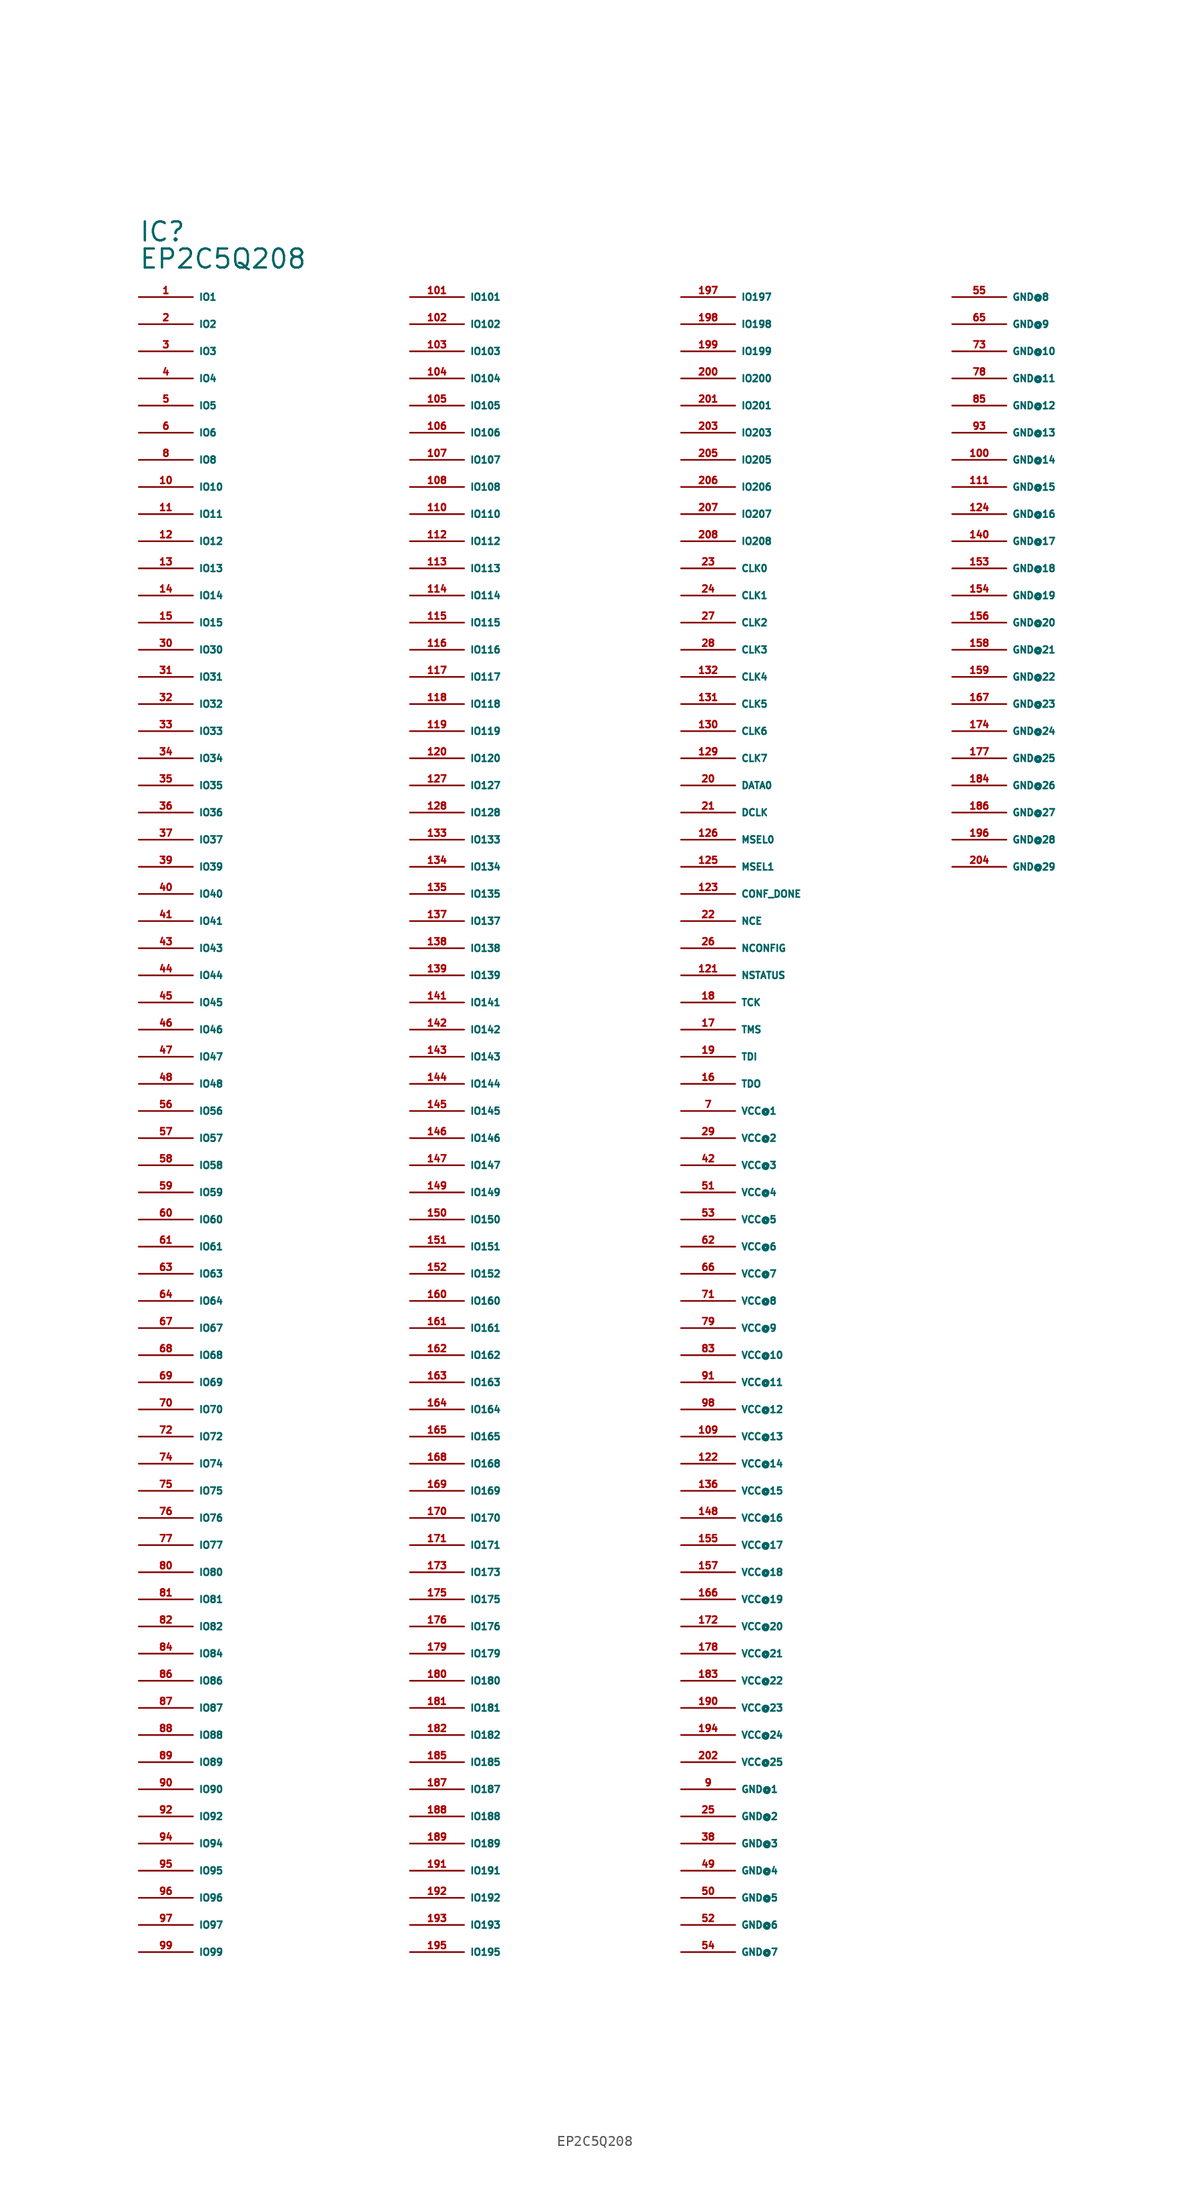
<source format=kicad_sym>
(kicad_symbol_lib
  (version 20220914)
  (generator Eagle2Kicad)
  (symbol "EP2C5Q208"
    (property "Reference" "IC"
      (at -30.48 86.36 0)
      (effects (font (size 1.778 1.778) (thickness 0.22)) (justify left bottom)))
    (property "Value" "EP2C5Q208"
      (at -30.48 83.82 0)
      (effects (font (size 1.778 1.778) (thickness 0.22)) (justify left bottom)))
    (pin output line
      (at -30.48 81.28 0)
      (length 5.08)
      (name "IO1" (effects (font (size 0.635 0.635) (thickness 0.08)) (justify left bottom)))
      (number "1" (effects (font (size 0.635 0.635) (thickness 0.08)) (justify left bottom))))
    (pin output line
      (at -30.48 78.74 0)
      (length 5.08)
      (name "IO2" (effects (font (size 0.635 0.635) (thickness 0.08)) (justify left bottom)))
      (number "2" (effects (font (size 0.635 0.635) (thickness 0.08)) (justify left bottom))))
    (pin bidirectional line
      (at -30.48 76.2 0)
      (length 5.08)
      (name "IO3" (effects (font (size 0.635 0.635) (thickness 0.08)) (justify left bottom)))
      (number "3" (effects (font (size 0.635 0.635) (thickness 0.08)) (justify left bottom))))
    (pin bidirectional line
      (at -30.48 73.66 0)
      (length 5.08)
      (name "IO4" (effects (font (size 0.635 0.635) (thickness 0.08)) (justify left bottom)))
      (number "4" (effects (font (size 0.635 0.635) (thickness 0.08)) (justify left bottom))))
    (pin bidirectional line
      (at -30.48 71.12 0)
      (length 5.08)
      (name "IO5" (effects (font (size 0.635 0.635) (thickness 0.08)) (justify left bottom)))
      (number "5" (effects (font (size 0.635 0.635) (thickness 0.08)) (justify left bottom))))
    (pin bidirectional line
      (at -30.48 68.58 0)
      (length 5.08)
      (name "IO6" (effects (font (size 0.635 0.635) (thickness 0.08)) (justify left bottom)))
      (number "6" (effects (font (size 0.635 0.635) (thickness 0.08)) (justify left bottom))))
    (pin bidirectional line
      (at -30.48 66.04 0)
      (length 5.08)
      (name "IO8" (effects (font (size 0.635 0.635) (thickness 0.08)) (justify left bottom)))
      (number "8" (effects (font (size 0.635 0.635) (thickness 0.08)) (justify left bottom))))
    (pin bidirectional line
      (at -30.48 63.5 0)
      (length 5.08)
      (name "IO10" (effects (font (size 0.635 0.635) (thickness 0.08)) (justify left bottom)))
      (number "10" (effects (font (size 0.635 0.635) (thickness 0.08)) (justify left bottom))))
    (pin bidirectional line
      (at -30.48 60.96 0)
      (length 5.08)
      (name "IO11" (effects (font (size 0.635 0.635) (thickness 0.08)) (justify left bottom)))
      (number "11" (effects (font (size 0.635 0.635) (thickness 0.08)) (justify left bottom))))
    (pin bidirectional line
      (at -30.48 58.42 0)
      (length 5.08)
      (name "IO12" (effects (font (size 0.635 0.635) (thickness 0.08)) (justify left bottom)))
      (number "12" (effects (font (size 0.635 0.635) (thickness 0.08)) (justify left bottom))))
    (pin bidirectional line
      (at -30.48 55.88 0)
      (length 5.08)
      (name "IO13" (effects (font (size 0.635 0.635) (thickness 0.08)) (justify left bottom)))
      (number "13" (effects (font (size 0.635 0.635) (thickness 0.08)) (justify left bottom))))
    (pin bidirectional line
      (at -30.48 53.34 0)
      (length 5.08)
      (name "IO14" (effects (font (size 0.635 0.635) (thickness 0.08)) (justify left bottom)))
      (number "14" (effects (font (size 0.635 0.635) (thickness 0.08)) (justify left bottom))))
    (pin bidirectional line
      (at -30.48 50.8 0)
      (length 5.08)
      (name "IO15" (effects (font (size 0.635 0.635) (thickness 0.08)) (justify left bottom)))
      (number "15" (effects (font (size 0.635 0.635) (thickness 0.08)) (justify left bottom))))
    (pin bidirectional line
      (at -30.48 48.26 0)
      (length 5.08)
      (name "IO30" (effects (font (size 0.635 0.635) (thickness 0.08)) (justify left bottom)))
      (number "30" (effects (font (size 0.635 0.635) (thickness 0.08)) (justify left bottom))))
    (pin bidirectional line
      (at -30.48 45.72 0)
      (length 5.08)
      (name "IO31" (effects (font (size 0.635 0.635) (thickness 0.08)) (justify left bottom)))
      (number "31" (effects (font (size 0.635 0.635) (thickness 0.08)) (justify left bottom))))
    (pin bidirectional line
      (at -30.48 43.18 0)
      (length 5.08)
      (name "IO32" (effects (font (size 0.635 0.635) (thickness 0.08)) (justify left bottom)))
      (number "32" (effects (font (size 0.635 0.635) (thickness 0.08)) (justify left bottom))))
    (pin bidirectional line
      (at -30.48 40.64 0)
      (length 5.08)
      (name "IO33" (effects (font (size 0.635 0.635) (thickness 0.08)) (justify left bottom)))
      (number "33" (effects (font (size 0.635 0.635) (thickness 0.08)) (justify left bottom))))
    (pin bidirectional line
      (at -30.48 38.1 0)
      (length 5.08)
      (name "IO34" (effects (font (size 0.635 0.635) (thickness 0.08)) (justify left bottom)))
      (number "34" (effects (font (size 0.635 0.635) (thickness 0.08)) (justify left bottom))))
    (pin bidirectional line
      (at -30.48 35.56 0)
      (length 5.08)
      (name "IO35" (effects (font (size 0.635 0.635) (thickness 0.08)) (justify left bottom)))
      (number "35" (effects (font (size 0.635 0.635) (thickness 0.08)) (justify left bottom))))
    (pin bidirectional line
      (at -30.48 33.02 0)
      (length 5.08)
      (name "IO36" (effects (font (size 0.635 0.635) (thickness 0.08)) (justify left bottom)))
      (number "36" (effects (font (size 0.635 0.635) (thickness 0.08)) (justify left bottom))))
    (pin bidirectional line
      (at -30.48 30.48 0)
      (length 5.08)
      (name "IO37" (effects (font (size 0.635 0.635) (thickness 0.08)) (justify left bottom)))
      (number "37" (effects (font (size 0.635 0.635) (thickness 0.08)) (justify left bottom))))
    (pin bidirectional line
      (at -30.48 27.94 0)
      (length 5.08)
      (name "IO39" (effects (font (size 0.635 0.635) (thickness 0.08)) (justify left bottom)))
      (number "39" (effects (font (size 0.635 0.635) (thickness 0.08)) (justify left bottom))))
    (pin bidirectional line
      (at -30.48 25.4 0)
      (length 5.08)
      (name "IO40" (effects (font (size 0.635 0.635) (thickness 0.08)) (justify left bottom)))
      (number "40" (effects (font (size 0.635 0.635) (thickness 0.08)) (justify left bottom))))
    (pin bidirectional line
      (at -30.48 22.86 0)
      (length 5.08)
      (name "IO41" (effects (font (size 0.635 0.635) (thickness 0.08)) (justify left bottom)))
      (number "41" (effects (font (size 0.635 0.635) (thickness 0.08)) (justify left bottom))))
    (pin bidirectional line
      (at -30.48 20.32 0)
      (length 5.08)
      (name "IO43" (effects (font (size 0.635 0.635) (thickness 0.08)) (justify left bottom)))
      (number "43" (effects (font (size 0.635 0.635) (thickness 0.08)) (justify left bottom))))
    (pin bidirectional line
      (at -30.48 17.78 0)
      (length 5.08)
      (name "IO44" (effects (font (size 0.635 0.635) (thickness 0.08)) (justify left bottom)))
      (number "44" (effects (font (size 0.635 0.635) (thickness 0.08)) (justify left bottom))))
    (pin bidirectional line
      (at -30.48 15.24 0)
      (length 5.08)
      (name "IO45" (effects (font (size 0.635 0.635) (thickness 0.08)) (justify left bottom)))
      (number "45" (effects (font (size 0.635 0.635) (thickness 0.08)) (justify left bottom))))
    (pin bidirectional line
      (at -30.48 12.7 0)
      (length 5.08)
      (name "IO46" (effects (font (size 0.635 0.635) (thickness 0.08)) (justify left bottom)))
      (number "46" (effects (font (size 0.635 0.635) (thickness 0.08)) (justify left bottom))))
    (pin bidirectional line
      (at -30.48 10.16 0)
      (length 5.08)
      (name "IO47" (effects (font (size 0.635 0.635) (thickness 0.08)) (justify left bottom)))
      (number "47" (effects (font (size 0.635 0.635) (thickness 0.08)) (justify left bottom))))
    (pin bidirectional line
      (at -30.48 7.62 0)
      (length 5.08)
      (name "IO48" (effects (font (size 0.635 0.635) (thickness 0.08)) (justify left bottom)))
      (number "48" (effects (font (size 0.635 0.635) (thickness 0.08)) (justify left bottom))))
    (pin bidirectional line
      (at -30.48 5.08 0)
      (length 5.08)
      (name "IO56" (effects (font (size 0.635 0.635) (thickness 0.08)) (justify left bottom)))
      (number "56" (effects (font (size 0.635 0.635) (thickness 0.08)) (justify left bottom))))
    (pin bidirectional line
      (at -30.48 2.54 0)
      (length 5.08)
      (name "IO57" (effects (font (size 0.635 0.635) (thickness 0.08)) (justify left bottom)))
      (number "57" (effects (font (size 0.635 0.635) (thickness 0.08)) (justify left bottom))))
    (pin bidirectional line
      (at -30.48 0 0)
      (length 5.08)
      (name "IO58" (effects (font (size 0.635 0.635) (thickness 0.08)) (justify left bottom)))
      (number "58" (effects (font (size 0.635 0.635) (thickness 0.08)) (justify left bottom))))
    (pin bidirectional line
      (at -30.48 -2.54 0)
      (length 5.08)
      (name "IO59" (effects (font (size 0.635 0.635) (thickness 0.08)) (justify left bottom)))
      (number "59" (effects (font (size 0.635 0.635) (thickness 0.08)) (justify left bottom))))
    (pin bidirectional line
      (at -30.48 -5.08 0)
      (length 5.08)
      (name "IO60" (effects (font (size 0.635 0.635) (thickness 0.08)) (justify left bottom)))
      (number "60" (effects (font (size 0.635 0.635) (thickness 0.08)) (justify left bottom))))
    (pin bidirectional line
      (at -30.48 -7.62 0)
      (length 5.08)
      (name "IO61" (effects (font (size 0.635 0.635) (thickness 0.08)) (justify left bottom)))
      (number "61" (effects (font (size 0.635 0.635) (thickness 0.08)) (justify left bottom))))
    (pin bidirectional line
      (at -30.48 -10.16 0)
      (length 5.08)
      (name "IO63" (effects (font (size 0.635 0.635) (thickness 0.08)) (justify left bottom)))
      (number "63" (effects (font (size 0.635 0.635) (thickness 0.08)) (justify left bottom))))
    (pin bidirectional line
      (at -30.48 -12.7 0)
      (length 5.08)
      (name "IO64" (effects (font (size 0.635 0.635) (thickness 0.08)) (justify left bottom)))
      (number "64" (effects (font (size 0.635 0.635) (thickness 0.08)) (justify left bottom))))
    (pin bidirectional line
      (at -30.48 -15.24 0)
      (length 5.08)
      (name "IO67" (effects (font (size 0.635 0.635) (thickness 0.08)) (justify left bottom)))
      (number "67" (effects (font (size 0.635 0.635) (thickness 0.08)) (justify left bottom))))
    (pin bidirectional line
      (at -30.48 -17.78 0)
      (length 5.08)
      (name "IO68" (effects (font (size 0.635 0.635) (thickness 0.08)) (justify left bottom)))
      (number "68" (effects (font (size 0.635 0.635) (thickness 0.08)) (justify left bottom))))
    (pin bidirectional line
      (at -30.48 -20.32 0)
      (length 5.08)
      (name "IO69" (effects (font (size 0.635 0.635) (thickness 0.08)) (justify left bottom)))
      (number "69" (effects (font (size 0.635 0.635) (thickness 0.08)) (justify left bottom))))
    (pin bidirectional line
      (at -30.48 -22.86 0)
      (length 5.08)
      (name "IO70" (effects (font (size 0.635 0.635) (thickness 0.08)) (justify left bottom)))
      (number "70" (effects (font (size 0.635 0.635) (thickness 0.08)) (justify left bottom))))
    (pin bidirectional line
      (at -30.48 -25.4 0)
      (length 5.08)
      (name "IO72" (effects (font (size 0.635 0.635) (thickness 0.08)) (justify left bottom)))
      (number "72" (effects (font (size 0.635 0.635) (thickness 0.08)) (justify left bottom))))
    (pin bidirectional line
      (at -30.48 -27.94 0)
      (length 5.08)
      (name "IO74" (effects (font (size 0.635 0.635) (thickness 0.08)) (justify left bottom)))
      (number "74" (effects (font (size 0.635 0.635) (thickness 0.08)) (justify left bottom))))
    (pin bidirectional line
      (at -30.48 -30.48 0)
      (length 5.08)
      (name "IO75" (effects (font (size 0.635 0.635) (thickness 0.08)) (justify left bottom)))
      (number "75" (effects (font (size 0.635 0.635) (thickness 0.08)) (justify left bottom))))
    (pin bidirectional line
      (at -30.48 -33.02 0)
      (length 5.08)
      (name "IO76" (effects (font (size 0.635 0.635) (thickness 0.08)) (justify left bottom)))
      (number "76" (effects (font (size 0.635 0.635) (thickness 0.08)) (justify left bottom))))
    (pin bidirectional line
      (at -30.48 -35.56 0)
      (length 5.08)
      (name "IO77" (effects (font (size 0.635 0.635) (thickness 0.08)) (justify left bottom)))
      (number "77" (effects (font (size 0.635 0.635) (thickness 0.08)) (justify left bottom))))
    (pin bidirectional line
      (at -30.48 -38.1 0)
      (length 5.08)
      (name "IO80" (effects (font (size 0.635 0.635) (thickness 0.08)) (justify left bottom)))
      (number "80" (effects (font (size 0.635 0.635) (thickness 0.08)) (justify left bottom))))
    (pin bidirectional line
      (at -30.48 -40.64 0)
      (length 5.08)
      (name "IO81" (effects (font (size 0.635 0.635) (thickness 0.08)) (justify left bottom)))
      (number "81" (effects (font (size 0.635 0.635) (thickness 0.08)) (justify left bottom))))
    (pin bidirectional line
      (at -30.48 -43.18 0)
      (length 5.08)
      (name "IO82" (effects (font (size 0.635 0.635) (thickness 0.08)) (justify left bottom)))
      (number "82" (effects (font (size 0.635 0.635) (thickness 0.08)) (justify left bottom))))
    (pin bidirectional line
      (at -30.48 -45.72 0)
      (length 5.08)
      (name "IO84" (effects (font (size 0.635 0.635) (thickness 0.08)) (justify left bottom)))
      (number "84" (effects (font (size 0.635 0.635) (thickness 0.08)) (justify left bottom))))
    (pin bidirectional line
      (at -30.48 -48.26 0)
      (length 5.08)
      (name "IO86" (effects (font (size 0.635 0.635) (thickness 0.08)) (justify left bottom)))
      (number "86" (effects (font (size 0.635 0.635) (thickness 0.08)) (justify left bottom))))
    (pin bidirectional line
      (at -30.48 -50.8 0)
      (length 5.08)
      (name "IO87" (effects (font (size 0.635 0.635) (thickness 0.08)) (justify left bottom)))
      (number "87" (effects (font (size 0.635 0.635) (thickness 0.08)) (justify left bottom))))
    (pin bidirectional line
      (at -30.48 -53.34 0)
      (length 5.08)
      (name "IO88" (effects (font (size 0.635 0.635) (thickness 0.08)) (justify left bottom)))
      (number "88" (effects (font (size 0.635 0.635) (thickness 0.08)) (justify left bottom))))
    (pin bidirectional line
      (at -30.48 -55.88 0)
      (length 5.08)
      (name "IO89" (effects (font (size 0.635 0.635) (thickness 0.08)) (justify left bottom)))
      (number "89" (effects (font (size 0.635 0.635) (thickness 0.08)) (justify left bottom))))
    (pin bidirectional line
      (at -30.48 -58.42 0)
      (length 5.08)
      (name "IO90" (effects (font (size 0.635 0.635) (thickness 0.08)) (justify left bottom)))
      (number "90" (effects (font (size 0.635 0.635) (thickness 0.08)) (justify left bottom))))
    (pin bidirectional line
      (at -30.48 -60.96 0)
      (length 5.08)
      (name "IO92" (effects (font (size 0.635 0.635) (thickness 0.08)) (justify left bottom)))
      (number "92" (effects (font (size 0.635 0.635) (thickness 0.08)) (justify left bottom))))
    (pin bidirectional line
      (at -30.48 -63.5 0)
      (length 5.08)
      (name "IO94" (effects (font (size 0.635 0.635) (thickness 0.08)) (justify left bottom)))
      (number "94" (effects (font (size 0.635 0.635) (thickness 0.08)) (justify left bottom))))
    (pin bidirectional line
      (at -30.48 -66.04 0)
      (length 5.08)
      (name "IO95" (effects (font (size 0.635 0.635) (thickness 0.08)) (justify left bottom)))
      (number "95" (effects (font (size 0.635 0.635) (thickness 0.08)) (justify left bottom))))
    (pin bidirectional line
      (at -30.48 -68.58 0)
      (length 5.08)
      (name "IO96" (effects (font (size 0.635 0.635) (thickness 0.08)) (justify left bottom)))
      (number "96" (effects (font (size 0.635 0.635) (thickness 0.08)) (justify left bottom))))
    (pin bidirectional line
      (at -30.48 -71.12 0)
      (length 5.08)
      (name "IO97" (effects (font (size 0.635 0.635) (thickness 0.08)) (justify left bottom)))
      (number "97" (effects (font (size 0.635 0.635) (thickness 0.08)) (justify left bottom))))
    (pin bidirectional line
      (at -30.48 -73.66 0)
      (length 5.08)
      (name "IO99" (effects (font (size 0.635 0.635) (thickness 0.08)) (justify left bottom)))
      (number "99" (effects (font (size 0.635 0.635) (thickness 0.08)) (justify left bottom))))
    (pin bidirectional line
      (at -5.08 81.28 0)
      (length 5.08)
      (name "IO101" (effects (font (size 0.635 0.635) (thickness 0.08)) (justify left bottom)))
      (number "101" (effects (font (size 0.635 0.635) (thickness 0.08)) (justify left bottom))))
    (pin bidirectional line
      (at -5.08 78.74 0)
      (length 5.08)
      (name "IO102" (effects (font (size 0.635 0.635) (thickness 0.08)) (justify left bottom)))
      (number "102" (effects (font (size 0.635 0.635) (thickness 0.08)) (justify left bottom))))
    (pin bidirectional line
      (at -5.08 76.2 0)
      (length 5.08)
      (name "IO103" (effects (font (size 0.635 0.635) (thickness 0.08)) (justify left bottom)))
      (number "103" (effects (font (size 0.635 0.635) (thickness 0.08)) (justify left bottom))))
    (pin bidirectional line
      (at -5.08 73.66 0)
      (length 5.08)
      (name "IO104" (effects (font (size 0.635 0.635) (thickness 0.08)) (justify left bottom)))
      (number "104" (effects (font (size 0.635 0.635) (thickness 0.08)) (justify left bottom))))
    (pin bidirectional line
      (at -5.08 71.12 0)
      (length 5.08)
      (name "IO105" (effects (font (size 0.635 0.635) (thickness 0.08)) (justify left bottom)))
      (number "105" (effects (font (size 0.635 0.635) (thickness 0.08)) (justify left bottom))))
    (pin bidirectional line
      (at -5.08 68.58 0)
      (length 5.08)
      (name "IO106" (effects (font (size 0.635 0.635) (thickness 0.08)) (justify left bottom)))
      (number "106" (effects (font (size 0.635 0.635) (thickness 0.08)) (justify left bottom))))
    (pin bidirectional line
      (at -5.08 66.04 0)
      (length 5.08)
      (name "IO107" (effects (font (size 0.635 0.635) (thickness 0.08)) (justify left bottom)))
      (number "107" (effects (font (size 0.635 0.635) (thickness 0.08)) (justify left bottom))))
    (pin bidirectional line
      (at -5.08 63.5 0)
      (length 5.08)
      (name "IO108" (effects (font (size 0.635 0.635) (thickness 0.08)) (justify left bottom)))
      (number "108" (effects (font (size 0.635 0.635) (thickness 0.08)) (justify left bottom))))
    (pin bidirectional line
      (at -5.08 60.96 0)
      (length 5.08)
      (name "IO110" (effects (font (size 0.635 0.635) (thickness 0.08)) (justify left bottom)))
      (number "110" (effects (font (size 0.635 0.635) (thickness 0.08)) (justify left bottom))))
    (pin bidirectional line
      (at -5.08 58.42 0)
      (length 5.08)
      (name "IO112" (effects (font (size 0.635 0.635) (thickness 0.08)) (justify left bottom)))
      (number "112" (effects (font (size 0.635 0.635) (thickness 0.08)) (justify left bottom))))
    (pin bidirectional line
      (at -5.08 55.88 0)
      (length 5.08)
      (name "IO113" (effects (font (size 0.635 0.635) (thickness 0.08)) (justify left bottom)))
      (number "113" (effects (font (size 0.635 0.635) (thickness 0.08)) (justify left bottom))))
    (pin bidirectional line
      (at -5.08 53.34 0)
      (length 5.08)
      (name "IO114" (effects (font (size 0.635 0.635) (thickness 0.08)) (justify left bottom)))
      (number "114" (effects (font (size 0.635 0.635) (thickness 0.08)) (justify left bottom))))
    (pin bidirectional line
      (at -5.08 50.8 0)
      (length 5.08)
      (name "IO115" (effects (font (size 0.635 0.635) (thickness 0.08)) (justify left bottom)))
      (number "115" (effects (font (size 0.635 0.635) (thickness 0.08)) (justify left bottom))))
    (pin bidirectional line
      (at -5.08 48.26 0)
      (length 5.08)
      (name "IO116" (effects (font (size 0.635 0.635) (thickness 0.08)) (justify left bottom)))
      (number "116" (effects (font (size 0.635 0.635) (thickness 0.08)) (justify left bottom))))
    (pin bidirectional line
      (at -5.08 45.72 0)
      (length 5.08)
      (name "IO117" (effects (font (size 0.635 0.635) (thickness 0.08)) (justify left bottom)))
      (number "117" (effects (font (size 0.635 0.635) (thickness 0.08)) (justify left bottom))))
    (pin bidirectional line
      (at -5.08 43.18 0)
      (length 5.08)
      (name "IO118" (effects (font (size 0.635 0.635) (thickness 0.08)) (justify left bottom)))
      (number "118" (effects (font (size 0.635 0.635) (thickness 0.08)) (justify left bottom))))
    (pin bidirectional line
      (at -5.08 40.64 0)
      (length 5.08)
      (name "IO119" (effects (font (size 0.635 0.635) (thickness 0.08)) (justify left bottom)))
      (number "119" (effects (font (size 0.635 0.635) (thickness 0.08)) (justify left bottom))))
    (pin bidirectional line
      (at -5.08 38.1 0)
      (length 5.08)
      (name "IO120" (effects (font (size 0.635 0.635) (thickness 0.08)) (justify left bottom)))
      (number "120" (effects (font (size 0.635 0.635) (thickness 0.08)) (justify left bottom))))
    (pin bidirectional line
      (at -5.08 35.56 0)
      (length 5.08)
      (name "IO127" (effects (font (size 0.635 0.635) (thickness 0.08)) (justify left bottom)))
      (number "127" (effects (font (size 0.635 0.635) (thickness 0.08)) (justify left bottom))))
    (pin bidirectional line
      (at -5.08 33.02 0)
      (length 5.08)
      (name "IO128" (effects (font (size 0.635 0.635) (thickness 0.08)) (justify left bottom)))
      (number "128" (effects (font (size 0.635 0.635) (thickness 0.08)) (justify left bottom))))
    (pin bidirectional line
      (at -5.08 30.48 0)
      (length 5.08)
      (name "IO133" (effects (font (size 0.635 0.635) (thickness 0.08)) (justify left bottom)))
      (number "133" (effects (font (size 0.635 0.635) (thickness 0.08)) (justify left bottom))))
    (pin bidirectional line
      (at -5.08 27.94 0)
      (length 5.08)
      (name "IO134" (effects (font (size 0.635 0.635) (thickness 0.08)) (justify left bottom)))
      (number "134" (effects (font (size 0.635 0.635) (thickness 0.08)) (justify left bottom))))
    (pin bidirectional line
      (at -5.08 25.4 0)
      (length 5.08)
      (name "IO135" (effects (font (size 0.635 0.635) (thickness 0.08)) (justify left bottom)))
      (number "135" (effects (font (size 0.635 0.635) (thickness 0.08)) (justify left bottom))))
    (pin bidirectional line
      (at -5.08 22.86 0)
      (length 5.08)
      (name "IO137" (effects (font (size 0.635 0.635) (thickness 0.08)) (justify left bottom)))
      (number "137" (effects (font (size 0.635 0.635) (thickness 0.08)) (justify left bottom))))
    (pin bidirectional line
      (at -5.08 20.32 0)
      (length 5.08)
      (name "IO138" (effects (font (size 0.635 0.635) (thickness 0.08)) (justify left bottom)))
      (number "138" (effects (font (size 0.635 0.635) (thickness 0.08)) (justify left bottom))))
    (pin bidirectional line
      (at -5.08 17.78 0)
      (length 5.08)
      (name "IO139" (effects (font (size 0.635 0.635) (thickness 0.08)) (justify left bottom)))
      (number "139" (effects (font (size 0.635 0.635) (thickness 0.08)) (justify left bottom))))
    (pin bidirectional line
      (at -5.08 15.24 0)
      (length 5.08)
      (name "IO141" (effects (font (size 0.635 0.635) (thickness 0.08)) (justify left bottom)))
      (number "141" (effects (font (size 0.635 0.635) (thickness 0.08)) (justify left bottom))))
    (pin bidirectional line
      (at -5.08 12.7 0)
      (length 5.08)
      (name "IO142" (effects (font (size 0.635 0.635) (thickness 0.08)) (justify left bottom)))
      (number "142" (effects (font (size 0.635 0.635) (thickness 0.08)) (justify left bottom))))
    (pin bidirectional line
      (at -5.08 10.16 0)
      (length 5.08)
      (name "IO143" (effects (font (size 0.635 0.635) (thickness 0.08)) (justify left bottom)))
      (number "143" (effects (font (size 0.635 0.635) (thickness 0.08)) (justify left bottom))))
    (pin bidirectional line
      (at -5.08 7.62 0)
      (length 5.08)
      (name "IO144" (effects (font (size 0.635 0.635) (thickness 0.08)) (justify left bottom)))
      (number "144" (effects (font (size 0.635 0.635) (thickness 0.08)) (justify left bottom))))
    (pin bidirectional line
      (at -5.08 5.08 0)
      (length 5.08)
      (name "IO145" (effects (font (size 0.635 0.635) (thickness 0.08)) (justify left bottom)))
      (number "145" (effects (font (size 0.635 0.635) (thickness 0.08)) (justify left bottom))))
    (pin bidirectional line
      (at -5.08 2.54 0)
      (length 5.08)
      (name "IO146" (effects (font (size 0.635 0.635) (thickness 0.08)) (justify left bottom)))
      (number "146" (effects (font (size 0.635 0.635) (thickness 0.08)) (justify left bottom))))
    (pin bidirectional line
      (at -5.08 0 0)
      (length 5.08)
      (name "IO147" (effects (font (size 0.635 0.635) (thickness 0.08)) (justify left bottom)))
      (number "147" (effects (font (size 0.635 0.635) (thickness 0.08)) (justify left bottom))))
    (pin bidirectional line
      (at -5.08 -2.54 0)
      (length 5.08)
      (name "IO149" (effects (font (size 0.635 0.635) (thickness 0.08)) (justify left bottom)))
      (number "149" (effects (font (size 0.635 0.635) (thickness 0.08)) (justify left bottom))))
    (pin bidirectional line
      (at -5.08 -5.08 0)
      (length 5.08)
      (name "IO150" (effects (font (size 0.635 0.635) (thickness 0.08)) (justify left bottom)))
      (number "150" (effects (font (size 0.635 0.635) (thickness 0.08)) (justify left bottom))))
    (pin bidirectional line
      (at -5.08 -7.62 0)
      (length 5.08)
      (name "IO151" (effects (font (size 0.635 0.635) (thickness 0.08)) (justify left bottom)))
      (number "151" (effects (font (size 0.635 0.635) (thickness 0.08)) (justify left bottom))))
    (pin bidirectional line
      (at -5.08 -10.16 0)
      (length 5.08)
      (name "IO152" (effects (font (size 0.635 0.635) (thickness 0.08)) (justify left bottom)))
      (number "152" (effects (font (size 0.635 0.635) (thickness 0.08)) (justify left bottom))))
    (pin bidirectional line
      (at -5.08 -12.7 0)
      (length 5.08)
      (name "IO160" (effects (font (size 0.635 0.635) (thickness 0.08)) (justify left bottom)))
      (number "160" (effects (font (size 0.635 0.635) (thickness 0.08)) (justify left bottom))))
    (pin bidirectional line
      (at -5.08 -15.24 0)
      (length 5.08)
      (name "IO161" (effects (font (size 0.635 0.635) (thickness 0.08)) (justify left bottom)))
      (number "161" (effects (font (size 0.635 0.635) (thickness 0.08)) (justify left bottom))))
    (pin bidirectional line
      (at -5.08 -17.78 0)
      (length 5.08)
      (name "IO162" (effects (font (size 0.635 0.635) (thickness 0.08)) (justify left bottom)))
      (number "162" (effects (font (size 0.635 0.635) (thickness 0.08)) (justify left bottom))))
    (pin bidirectional line
      (at -5.08 -20.32 0)
      (length 5.08)
      (name "IO163" (effects (font (size 0.635 0.635) (thickness 0.08)) (justify left bottom)))
      (number "163" (effects (font (size 0.635 0.635) (thickness 0.08)) (justify left bottom))))
    (pin bidirectional line
      (at -5.08 -22.86 0)
      (length 5.08)
      (name "IO164" (effects (font (size 0.635 0.635) (thickness 0.08)) (justify left bottom)))
      (number "164" (effects (font (size 0.635 0.635) (thickness 0.08)) (justify left bottom))))
    (pin bidirectional line
      (at -5.08 -25.4 0)
      (length 5.08)
      (name "IO165" (effects (font (size 0.635 0.635) (thickness 0.08)) (justify left bottom)))
      (number "165" (effects (font (size 0.635 0.635) (thickness 0.08)) (justify left bottom))))
    (pin bidirectional line
      (at -5.08 -27.94 0)
      (length 5.08)
      (name "IO168" (effects (font (size 0.635 0.635) (thickness 0.08)) (justify left bottom)))
      (number "168" (effects (font (size 0.635 0.635) (thickness 0.08)) (justify left bottom))))
    (pin bidirectional line
      (at -5.08 -30.48 0)
      (length 5.08)
      (name "IO169" (effects (font (size 0.635 0.635) (thickness 0.08)) (justify left bottom)))
      (number "169" (effects (font (size 0.635 0.635) (thickness 0.08)) (justify left bottom))))
    (pin bidirectional line
      (at -5.08 -33.02 0)
      (length 5.08)
      (name "IO170" (effects (font (size 0.635 0.635) (thickness 0.08)) (justify left bottom)))
      (number "170" (effects (font (size 0.635 0.635) (thickness 0.08)) (justify left bottom))))
    (pin bidirectional line
      (at -5.08 -35.56 0)
      (length 5.08)
      (name "IO171" (effects (font (size 0.635 0.635) (thickness 0.08)) (justify left bottom)))
      (number "171" (effects (font (size 0.635 0.635) (thickness 0.08)) (justify left bottom))))
    (pin bidirectional line
      (at -5.08 -38.1 0)
      (length 5.08)
      (name "IO173" (effects (font (size 0.635 0.635) (thickness 0.08)) (justify left bottom)))
      (number "173" (effects (font (size 0.635 0.635) (thickness 0.08)) (justify left bottom))))
    (pin bidirectional line
      (at -5.08 -40.64 0)
      (length 5.08)
      (name "IO175" (effects (font (size 0.635 0.635) (thickness 0.08)) (justify left bottom)))
      (number "175" (effects (font (size 0.635 0.635) (thickness 0.08)) (justify left bottom))))
    (pin bidirectional line
      (at -5.08 -43.18 0)
      (length 5.08)
      (name "IO176" (effects (font (size 0.635 0.635) (thickness 0.08)) (justify left bottom)))
      (number "176" (effects (font (size 0.635 0.635) (thickness 0.08)) (justify left bottom))))
    (pin bidirectional line
      (at -5.08 -45.72 0)
      (length 5.08)
      (name "IO179" (effects (font (size 0.635 0.635) (thickness 0.08)) (justify left bottom)))
      (number "179" (effects (font (size 0.635 0.635) (thickness 0.08)) (justify left bottom))))
    (pin bidirectional line
      (at -5.08 -48.26 0)
      (length 5.08)
      (name "IO180" (effects (font (size 0.635 0.635) (thickness 0.08)) (justify left bottom)))
      (number "180" (effects (font (size 0.635 0.635) (thickness 0.08)) (justify left bottom))))
    (pin bidirectional line
      (at -5.08 -50.8 0)
      (length 5.08)
      (name "IO181" (effects (font (size 0.635 0.635) (thickness 0.08)) (justify left bottom)))
      (number "181" (effects (font (size 0.635 0.635) (thickness 0.08)) (justify left bottom))))
    (pin bidirectional line
      (at -5.08 -53.34 0)
      (length 5.08)
      (name "IO182" (effects (font (size 0.635 0.635) (thickness 0.08)) (justify left bottom)))
      (number "182" (effects (font (size 0.635 0.635) (thickness 0.08)) (justify left bottom))))
    (pin bidirectional line
      (at -5.08 -55.88 0)
      (length 5.08)
      (name "IO185" (effects (font (size 0.635 0.635) (thickness 0.08)) (justify left bottom)))
      (number "185" (effects (font (size 0.635 0.635) (thickness 0.08)) (justify left bottom))))
    (pin bidirectional line
      (at -5.08 -58.42 0)
      (length 5.08)
      (name "IO187" (effects (font (size 0.635 0.635) (thickness 0.08)) (justify left bottom)))
      (number "187" (effects (font (size 0.635 0.635) (thickness 0.08)) (justify left bottom))))
    (pin bidirectional line
      (at -5.08 -60.96 0)
      (length 5.08)
      (name "IO188" (effects (font (size 0.635 0.635) (thickness 0.08)) (justify left bottom)))
      (number "188" (effects (font (size 0.635 0.635) (thickness 0.08)) (justify left bottom))))
    (pin bidirectional line
      (at -5.08 -63.5 0)
      (length 5.08)
      (name "IO189" (effects (font (size 0.635 0.635) (thickness 0.08)) (justify left bottom)))
      (number "189" (effects (font (size 0.635 0.635) (thickness 0.08)) (justify left bottom))))
    (pin bidirectional line
      (at -5.08 -66.04 0)
      (length 5.08)
      (name "IO191" (effects (font (size 0.635 0.635) (thickness 0.08)) (justify left bottom)))
      (number "191" (effects (font (size 0.635 0.635) (thickness 0.08)) (justify left bottom))))
    (pin bidirectional line
      (at -5.08 -68.58 0)
      (length 5.08)
      (name "IO192" (effects (font (size 0.635 0.635) (thickness 0.08)) (justify left bottom)))
      (number "192" (effects (font (size 0.635 0.635) (thickness 0.08)) (justify left bottom))))
    (pin bidirectional line
      (at -5.08 -71.12 0)
      (length 5.08)
      (name "IO193" (effects (font (size 0.635 0.635) (thickness 0.08)) (justify left bottom)))
      (number "193" (effects (font (size 0.635 0.635) (thickness 0.08)) (justify left bottom))))
    (pin bidirectional line
      (at -5.08 -73.66 0)
      (length 5.08)
      (name "IO195" (effects (font (size 0.635 0.635) (thickness 0.08)) (justify left bottom)))
      (number "195" (effects (font (size 0.635 0.635) (thickness 0.08)) (justify left bottom))))
    (pin bidirectional line
      (at 20.32 81.28 0)
      (length 5.08)
      (name "IO197" (effects (font (size 0.635 0.635) (thickness 0.08)) (justify left bottom)))
      (number "197" (effects (font (size 0.635 0.635) (thickness 0.08)) (justify left bottom))))
    (pin bidirectional line
      (at 20.32 78.74 0)
      (length 5.08)
      (name "IO198" (effects (font (size 0.635 0.635) (thickness 0.08)) (justify left bottom)))
      (number "198" (effects (font (size 0.635 0.635) (thickness 0.08)) (justify left bottom))))
    (pin bidirectional line
      (at 20.32 76.2 0)
      (length 5.08)
      (name "IO199" (effects (font (size 0.635 0.635) (thickness 0.08)) (justify left bottom)))
      (number "199" (effects (font (size 0.635 0.635) (thickness 0.08)) (justify left bottom))))
    (pin bidirectional line
      (at 20.32 73.66 0)
      (length 5.08)
      (name "IO200" (effects (font (size 0.635 0.635) (thickness 0.08)) (justify left bottom)))
      (number "200" (effects (font (size 0.635 0.635) (thickness 0.08)) (justify left bottom))))
    (pin bidirectional line
      (at 20.32 71.12 0)
      (length 5.08)
      (name "IO201" (effects (font (size 0.635 0.635) (thickness 0.08)) (justify left bottom)))
      (number "201" (effects (font (size 0.635 0.635) (thickness 0.08)) (justify left bottom))))
    (pin bidirectional line
      (at 20.32 68.58 0)
      (length 5.08)
      (name "IO203" (effects (font (size 0.635 0.635) (thickness 0.08)) (justify left bottom)))
      (number "203" (effects (font (size 0.635 0.635) (thickness 0.08)) (justify left bottom))))
    (pin bidirectional line
      (at 20.32 66.04 0)
      (length 5.08)
      (name "IO205" (effects (font (size 0.635 0.635) (thickness 0.08)) (justify left bottom)))
      (number "205" (effects (font (size 0.635 0.635) (thickness 0.08)) (justify left bottom))))
    (pin bidirectional line
      (at 20.32 63.5 0)
      (length 5.08)
      (name "IO206" (effects (font (size 0.635 0.635) (thickness 0.08)) (justify left bottom)))
      (number "206" (effects (font (size 0.635 0.635) (thickness 0.08)) (justify left bottom))))
    (pin bidirectional line
      (at 20.32 60.96 0)
      (length 5.08)
      (name "IO207" (effects (font (size 0.635 0.635) (thickness 0.08)) (justify left bottom)))
      (number "207" (effects (font (size 0.635 0.635) (thickness 0.08)) (justify left bottom))))
    (pin bidirectional line
      (at 20.32 58.42 0)
      (length 5.08)
      (name "IO208" (effects (font (size 0.635 0.635) (thickness 0.08)) (justify left bottom)))
      (number "208" (effects (font (size 0.635 0.635) (thickness 0.08)) (justify left bottom))))
    (pin bidirectional line
      (at 20.32 55.88 0)
      (length 5.08)
      (name "CLK0" (effects (font (size 0.635 0.635) (thickness 0.08)) (justify left bottom)))
      (number "23" (effects (font (size 0.635 0.635) (thickness 0.08)) (justify left bottom))))
    (pin bidirectional line
      (at 20.32 53.34 0)
      (length 5.08)
      (name "CLK1" (effects (font (size 0.635 0.635) (thickness 0.08)) (justify left bottom)))
      (number "24" (effects (font (size 0.635 0.635) (thickness 0.08)) (justify left bottom))))
    (pin bidirectional line
      (at 20.32 50.8 0)
      (length 5.08)
      (name "CLK2" (effects (font (size 0.635 0.635) (thickness 0.08)) (justify left bottom)))
      (number "27" (effects (font (size 0.635 0.635) (thickness 0.08)) (justify left bottom))))
    (pin bidirectional line
      (at 20.32 48.26 0)
      (length 5.08)
      (name "CLK3" (effects (font (size 0.635 0.635) (thickness 0.08)) (justify left bottom)))
      (number "28" (effects (font (size 0.635 0.635) (thickness 0.08)) (justify left bottom))))
    (pin bidirectional line
      (at 20.32 45.72 0)
      (length 5.08)
      (name "CLK4" (effects (font (size 0.635 0.635) (thickness 0.08)) (justify left bottom)))
      (number "132" (effects (font (size 0.635 0.635) (thickness 0.08)) (justify left bottom))))
    (pin bidirectional line
      (at 20.32 43.18 0)
      (length 5.08)
      (name "CLK5" (effects (font (size 0.635 0.635) (thickness 0.08)) (justify left bottom)))
      (number "131" (effects (font (size 0.635 0.635) (thickness 0.08)) (justify left bottom))))
    (pin bidirectional line
      (at 20.32 40.64 0)
      (length 5.08)
      (name "CLK6" (effects (font (size 0.635 0.635) (thickness 0.08)) (justify left bottom)))
      (number "130" (effects (font (size 0.635 0.635) (thickness 0.08)) (justify left bottom))))
    (pin bidirectional line
      (at 20.32 38.1 0)
      (length 5.08)
      (name "CLK7" (effects (font (size 0.635 0.635) (thickness 0.08)) (justify left bottom)))
      (number "129" (effects (font (size 0.635 0.635) (thickness 0.08)) (justify left bottom))))
    (pin bidirectional line
      (at 20.32 35.56 0)
      (length 5.08)
      (name "DATA0" (effects (font (size 0.635 0.635) (thickness 0.08)) (justify left bottom)))
      (number "20" (effects (font (size 0.635 0.635) (thickness 0.08)) (justify left bottom))))
    (pin bidirectional line
      (at 20.32 33.02 0)
      (length 5.08)
      (name "DCLK" (effects (font (size 0.635 0.635) (thickness 0.08)) (justify left bottom)))
      (number "21" (effects (font (size 0.635 0.635) (thickness 0.08)) (justify left bottom))))
    (pin input line
      (at 20.32 30.48 0)
      (length 5.08)
      (name "MSEL0" (effects (font (size 0.635 0.635) (thickness 0.08)) (justify left bottom)))
      (number "126" (effects (font (size 0.635 0.635) (thickness 0.08)) (justify left bottom))))
    (pin input line
      (at 20.32 27.94 0)
      (length 5.08)
      (name "MSEL1" (effects (font (size 0.635 0.635) (thickness 0.08)) (justify left bottom)))
      (number "125" (effects (font (size 0.635 0.635) (thickness 0.08)) (justify left bottom))))
    (pin input line
      (at 20.32 25.4 0)
      (length 5.08)
      (name "CONF_DONE" (effects (font (size 0.635 0.635) (thickness 0.08)) (justify left bottom)))
      (number "123" (effects (font (size 0.635 0.635) (thickness 0.08)) (justify left bottom))))
    (pin input line
      (at 20.32 22.86 0)
      (length 5.08)
      (name "NCE" (effects (font (size 0.635 0.635) (thickness 0.08)) (justify left bottom)))
      (number "22" (effects (font (size 0.635 0.635) (thickness 0.08)) (justify left bottom))))
    (pin input line
      (at 20.32 20.32 0)
      (length 5.08)
      (name "NCONFIG" (effects (font (size 0.635 0.635) (thickness 0.08)) (justify left bottom)))
      (number "26" (effects (font (size 0.635 0.635) (thickness 0.08)) (justify left bottom))))
    (pin input line
      (at 20.32 17.78 0)
      (length 5.08)
      (name "NSTATUS" (effects (font (size 0.635 0.635) (thickness 0.08)) (justify left bottom)))
      (number "121" (effects (font (size 0.635 0.635) (thickness 0.08)) (justify left bottom))))
    (pin input line
      (at 20.32 15.24 0)
      (length 5.08)
      (name "TCK" (effects (font (size 0.635 0.635) (thickness 0.08)) (justify left bottom)))
      (number "18" (effects (font (size 0.635 0.635) (thickness 0.08)) (justify left bottom))))
    (pin input line
      (at 20.32 12.7 0)
      (length 5.08)
      (name "TMS" (effects (font (size 0.635 0.635) (thickness 0.08)) (justify left bottom)))
      (number "17" (effects (font (size 0.635 0.635) (thickness 0.08)) (justify left bottom))))
    (pin input line
      (at 20.32 10.16 0)
      (length 5.08)
      (name "TDI" (effects (font (size 0.635 0.635) (thickness 0.08)) (justify left bottom)))
      (number "19" (effects (font (size 0.635 0.635) (thickness 0.08)) (justify left bottom))))
    (pin output line
      (at 20.32 7.62 0)
      (length 5.08)
      (name "TDO" (effects (font (size 0.635 0.635) (thickness 0.08)) (justify left bottom)))
      (number "16" (effects (font (size 0.635 0.635) (thickness 0.08)) (justify left bottom))))
    (pin unspecified line
      (at 20.32 5.08 0)
      (length 5.08)
      (name "VCC@1" (effects (font (size 0.635 0.635) (thickness 0.08)) (justify left bottom)))
      (number "7" (effects (font (size 0.635 0.635) (thickness 0.08)) (justify left bottom))))
    (pin unspecified line
      (at 20.32 2.54 0)
      (length 5.08)
      (name "VCC@2" (effects (font (size 0.635 0.635) (thickness 0.08)) (justify left bottom)))
      (number "29" (effects (font (size 0.635 0.635) (thickness 0.08)) (justify left bottom))))
    (pin unspecified line
      (at 20.32 0 0)
      (length 5.08)
      (name "VCC@3" (effects (font (size 0.635 0.635) (thickness 0.08)) (justify left bottom)))
      (number "42" (effects (font (size 0.635 0.635) (thickness 0.08)) (justify left bottom))))
    (pin unspecified line
      (at 20.32 -2.54 0)
      (length 5.08)
      (name "VCC@4" (effects (font (size 0.635 0.635) (thickness 0.08)) (justify left bottom)))
      (number "51" (effects (font (size 0.635 0.635) (thickness 0.08)) (justify left bottom))))
    (pin unspecified line
      (at 20.32 -5.08 0)
      (length 5.08)
      (name "VCC@5" (effects (font (size 0.635 0.635) (thickness 0.08)) (justify left bottom)))
      (number "53" (effects (font (size 0.635 0.635) (thickness 0.08)) (justify left bottom))))
    (pin unspecified line
      (at 20.32 -7.62 0)
      (length 5.08)
      (name "VCC@6" (effects (font (size 0.635 0.635) (thickness 0.08)) (justify left bottom)))
      (number "62" (effects (font (size 0.635 0.635) (thickness 0.08)) (justify left bottom))))
    (pin unspecified line
      (at 20.32 -10.16 0)
      (length 5.08)
      (name "VCC@7" (effects (font (size 0.635 0.635) (thickness 0.08)) (justify left bottom)))
      (number "66" (effects (font (size 0.635 0.635) (thickness 0.08)) (justify left bottom))))
    (pin unspecified line
      (at 20.32 -12.7 0)
      (length 5.08)
      (name "VCC@8" (effects (font (size 0.635 0.635) (thickness 0.08)) (justify left bottom)))
      (number "71" (effects (font (size 0.635 0.635) (thickness 0.08)) (justify left bottom))))
    (pin unspecified line
      (at 20.32 -15.24 0)
      (length 5.08)
      (name "VCC@9" (effects (font (size 0.635 0.635) (thickness 0.08)) (justify left bottom)))
      (number "79" (effects (font (size 0.635 0.635) (thickness 0.08)) (justify left bottom))))
    (pin unspecified line
      (at 20.32 -17.78 0)
      (length 5.08)
      (name "VCC@10" (effects (font (size 0.635 0.635) (thickness 0.08)) (justify left bottom)))
      (number "83" (effects (font (size 0.635 0.635) (thickness 0.08)) (justify left bottom))))
    (pin unspecified line
      (at 20.32 -20.32 0)
      (length 5.08)
      (name "VCC@11" (effects (font (size 0.635 0.635) (thickness 0.08)) (justify left bottom)))
      (number "91" (effects (font (size 0.635 0.635) (thickness 0.08)) (justify left bottom))))
    (pin unspecified line
      (at 20.32 -22.86 0)
      (length 5.08)
      (name "VCC@12" (effects (font (size 0.635 0.635) (thickness 0.08)) (justify left bottom)))
      (number "98" (effects (font (size 0.635 0.635) (thickness 0.08)) (justify left bottom))))
    (pin unspecified line
      (at 20.32 -25.4 0)
      (length 5.08)
      (name "VCC@13" (effects (font (size 0.635 0.635) (thickness 0.08)) (justify left bottom)))
      (number "109" (effects (font (size 0.635 0.635) (thickness 0.08)) (justify left bottom))))
    (pin unspecified line
      (at 20.32 -27.94 0)
      (length 5.08)
      (name "VCC@14" (effects (font (size 0.635 0.635) (thickness 0.08)) (justify left bottom)))
      (number "122" (effects (font (size 0.635 0.635) (thickness 0.08)) (justify left bottom))))
    (pin unspecified line
      (at 20.32 -30.48 0)
      (length 5.08)
      (name "VCC@15" (effects (font (size 0.635 0.635) (thickness 0.08)) (justify left bottom)))
      (number "136" (effects (font (size 0.635 0.635) (thickness 0.08)) (justify left bottom))))
    (pin unspecified line
      (at 20.32 -33.02 0)
      (length 5.08)
      (name "VCC@16" (effects (font (size 0.635 0.635) (thickness 0.08)) (justify left bottom)))
      (number "148" (effects (font (size 0.635 0.635) (thickness 0.08)) (justify left bottom))))
    (pin unspecified line
      (at 20.32 -35.56 0)
      (length 5.08)
      (name "VCC@17" (effects (font (size 0.635 0.635) (thickness 0.08)) (justify left bottom)))
      (number "155" (effects (font (size 0.635 0.635) (thickness 0.08)) (justify left bottom))))
    (pin unspecified line
      (at 20.32 -38.1 0)
      (length 5.08)
      (name "VCC@18" (effects (font (size 0.635 0.635) (thickness 0.08)) (justify left bottom)))
      (number "157" (effects (font (size 0.635 0.635) (thickness 0.08)) (justify left bottom))))
    (pin unspecified line
      (at 20.32 -40.64 0)
      (length 5.08)
      (name "VCC@19" (effects (font (size 0.635 0.635) (thickness 0.08)) (justify left bottom)))
      (number "166" (effects (font (size 0.635 0.635) (thickness 0.08)) (justify left bottom))))
    (pin unspecified line
      (at 20.32 -43.18 0)
      (length 5.08)
      (name "VCC@20" (effects (font (size 0.635 0.635) (thickness 0.08)) (justify left bottom)))
      (number "172" (effects (font (size 0.635 0.635) (thickness 0.08)) (justify left bottom))))
    (pin unspecified line
      (at 20.32 -45.72 0)
      (length 5.08)
      (name "VCC@21" (effects (font (size 0.635 0.635) (thickness 0.08)) (justify left bottom)))
      (number "178" (effects (font (size 0.635 0.635) (thickness 0.08)) (justify left bottom))))
    (pin unspecified line
      (at 20.32 -48.26 0)
      (length 5.08)
      (name "VCC@22" (effects (font (size 0.635 0.635) (thickness 0.08)) (justify left bottom)))
      (number "183" (effects (font (size 0.635 0.635) (thickness 0.08)) (justify left bottom))))
    (pin unspecified line
      (at 20.32 -50.8 0)
      (length 5.08)
      (name "VCC@23" (effects (font (size 0.635 0.635) (thickness 0.08)) (justify left bottom)))
      (number "190" (effects (font (size 0.635 0.635) (thickness 0.08)) (justify left bottom))))
    (pin unspecified line
      (at 20.32 -53.34 0)
      (length 5.08)
      (name "VCC@24" (effects (font (size 0.635 0.635) (thickness 0.08)) (justify left bottom)))
      (number "194" (effects (font (size 0.635 0.635) (thickness 0.08)) (justify left bottom))))
    (pin unspecified line
      (at 20.32 -55.88 0)
      (length 5.08)
      (name "VCC@25" (effects (font (size 0.635 0.635) (thickness 0.08)) (justify left bottom)))
      (number "202" (effects (font (size 0.635 0.635) (thickness 0.08)) (justify left bottom))))
    (pin unspecified line
      (at 20.32 -58.42 0)
      (length 5.08)
      (name "GND@1" (effects (font (size 0.635 0.635) (thickness 0.08)) (justify left bottom)))
      (number "9" (effects (font (size 0.635 0.635) (thickness 0.08)) (justify left bottom))))
    (pin unspecified line
      (at 20.32 -60.96 0)
      (length 5.08)
      (name "GND@2" (effects (font (size 0.635 0.635) (thickness 0.08)) (justify left bottom)))
      (number "25" (effects (font (size 0.635 0.635) (thickness 0.08)) (justify left bottom))))
    (pin unspecified line
      (at 20.32 -63.5 0)
      (length 5.08)
      (name "GND@3" (effects (font (size 0.635 0.635) (thickness 0.08)) (justify left bottom)))
      (number "38" (effects (font (size 0.635 0.635) (thickness 0.08)) (justify left bottom))))
    (pin unspecified line
      (at 20.32 -66.04 0)
      (length 5.08)
      (name "GND@4" (effects (font (size 0.635 0.635) (thickness 0.08)) (justify left bottom)))
      (number "49" (effects (font (size 0.635 0.635) (thickness 0.08)) (justify left bottom))))
    (pin unspecified line
      (at 20.32 -68.58 0)
      (length 5.08)
      (name "GND@5" (effects (font (size 0.635 0.635) (thickness 0.08)) (justify left bottom)))
      (number "50" (effects (font (size 0.635 0.635) (thickness 0.08)) (justify left bottom))))
    (pin unspecified line
      (at 20.32 -71.12 0)
      (length 5.08)
      (name "GND@6" (effects (font (size 0.635 0.635) (thickness 0.08)) (justify left bottom)))
      (number "52" (effects (font (size 0.635 0.635) (thickness 0.08)) (justify left bottom))))
    (pin unspecified line
      (at 20.32 -73.66 0)
      (length 5.08)
      (name "GND@7" (effects (font (size 0.635 0.635) (thickness 0.08)) (justify left bottom)))
      (number "54" (effects (font (size 0.635 0.635) (thickness 0.08)) (justify left bottom))))
    (pin unspecified line
      (at 45.72 81.28 0)
      (length 5.08)
      (name "GND@8" (effects (font (size 0.635 0.635) (thickness 0.08)) (justify left bottom)))
      (number "55" (effects (font (size 0.635 0.635) (thickness 0.08)) (justify left bottom))))
    (pin unspecified line
      (at 45.72 78.74 0)
      (length 5.08)
      (name "GND@9" (effects (font (size 0.635 0.635) (thickness 0.08)) (justify left bottom)))
      (number "65" (effects (font (size 0.635 0.635) (thickness 0.08)) (justify left bottom))))
    (pin unspecified line
      (at 45.72 76.2 0)
      (length 5.08)
      (name "GND@10" (effects (font (size 0.635 0.635) (thickness 0.08)) (justify left bottom)))
      (number "73" (effects (font (size 0.635 0.635) (thickness 0.08)) (justify left bottom))))
    (pin unspecified line
      (at 45.72 73.66 0)
      (length 5.08)
      (name "GND@11" (effects (font (size 0.635 0.635) (thickness 0.08)) (justify left bottom)))
      (number "78" (effects (font (size 0.635 0.635) (thickness 0.08)) (justify left bottom))))
    (pin unspecified line
      (at 45.72 71.12 0)
      (length 5.08)
      (name "GND@12" (effects (font (size 0.635 0.635) (thickness 0.08)) (justify left bottom)))
      (number "85" (effects (font (size 0.635 0.635) (thickness 0.08)) (justify left bottom))))
    (pin unspecified line
      (at 45.72 68.58 0)
      (length 5.08)
      (name "GND@13" (effects (font (size 0.635 0.635) (thickness 0.08)) (justify left bottom)))
      (number "93" (effects (font (size 0.635 0.635) (thickness 0.08)) (justify left bottom))))
    (pin unspecified line
      (at 45.72 66.04 0)
      (length 5.08)
      (name "GND@14" (effects (font (size 0.635 0.635) (thickness 0.08)) (justify left bottom)))
      (number "100" (effects (font (size 0.635 0.635) (thickness 0.08)) (justify left bottom))))
    (pin unspecified line
      (at 45.72 63.5 0)
      (length 5.08)
      (name "GND@15" (effects (font (size 0.635 0.635) (thickness 0.08)) (justify left bottom)))
      (number "111" (effects (font (size 0.635 0.635) (thickness 0.08)) (justify left bottom))))
    (pin unspecified line
      (at 45.72 60.96 0)
      (length 5.08)
      (name "GND@16" (effects (font (size 0.635 0.635) (thickness 0.08)) (justify left bottom)))
      (number "124" (effects (font (size 0.635 0.635) (thickness 0.08)) (justify left bottom))))
    (pin unspecified line
      (at 45.72 58.42 0)
      (length 5.08)
      (name "GND@17" (effects (font (size 0.635 0.635) (thickness 0.08)) (justify left bottom)))
      (number "140" (effects (font (size 0.635 0.635) (thickness 0.08)) (justify left bottom))))
    (pin unspecified line
      (at 45.72 55.88 0)
      (length 5.08)
      (name "GND@18" (effects (font (size 0.635 0.635) (thickness 0.08)) (justify left bottom)))
      (number "153" (effects (font (size 0.635 0.635) (thickness 0.08)) (justify left bottom))))
    (pin unspecified line
      (at 45.72 53.34 0)
      (length 5.08)
      (name "GND@19" (effects (font (size 0.635 0.635) (thickness 0.08)) (justify left bottom)))
      (number "154" (effects (font (size 0.635 0.635) (thickness 0.08)) (justify left bottom))))
    (pin unspecified line
      (at 45.72 50.8 0)
      (length 5.08)
      (name "GND@20" (effects (font (size 0.635 0.635) (thickness 0.08)) (justify left bottom)))
      (number "156" (effects (font (size 0.635 0.635) (thickness 0.08)) (justify left bottom))))
    (pin unspecified line
      (at 45.72 48.26 0)
      (length 5.08)
      (name "GND@21" (effects (font (size 0.635 0.635) (thickness 0.08)) (justify left bottom)))
      (number "158" (effects (font (size 0.635 0.635) (thickness 0.08)) (justify left bottom))))
    (pin unspecified line
      (at 45.72 45.72 0)
      (length 5.08)
      (name "GND@22" (effects (font (size 0.635 0.635) (thickness 0.08)) (justify left bottom)))
      (number "159" (effects (font (size 0.635 0.635) (thickness 0.08)) (justify left bottom))))
    (pin unspecified line
      (at 45.72 43.18 0)
      (length 5.08)
      (name "GND@23" (effects (font (size 0.635 0.635) (thickness 0.08)) (justify left bottom)))
      (number "167" (effects (font (size 0.635 0.635) (thickness 0.08)) (justify left bottom))))
    (pin unspecified line
      (at 45.72 40.64 0)
      (length 5.08)
      (name "GND@24" (effects (font (size 0.635 0.635) (thickness 0.08)) (justify left bottom)))
      (number "174" (effects (font (size 0.635 0.635) (thickness 0.08)) (justify left bottom))))
    (pin unspecified line
      (at 45.72 38.1 0)
      (length 5.08)
      (name "GND@25" (effects (font (size 0.635 0.635) (thickness 0.08)) (justify left bottom)))
      (number "177" (effects (font (size 0.635 0.635) (thickness 0.08)) (justify left bottom))))
    (pin unspecified line
      (at 45.72 35.56 0)
      (length 5.08)
      (name "GND@26" (effects (font (size 0.635 0.635) (thickness 0.08)) (justify left bottom)))
      (number "184" (effects (font (size 0.635 0.635) (thickness 0.08)) (justify left bottom))))
    (pin unspecified line
      (at 45.72 33.02 0)
      (length 5.08)
      (name "GND@27" (effects (font (size 0.635 0.635) (thickness 0.08)) (justify left bottom)))
      (number "186" (effects (font (size 0.635 0.635) (thickness 0.08)) (justify left bottom))))
    (pin unspecified line
      (at 45.72 30.48 0)
      (length 5.08)
      (name "GND@28" (effects (font (size 0.635 0.635) (thickness 0.08)) (justify left bottom)))
      (number "196" (effects (font (size 0.635 0.635) (thickness 0.08)) (justify left bottom))))
    (pin unspecified line
      (at 45.72 27.94 0)
      (length 5.08)
      (name "GND@29" (effects (font (size 0.635 0.635) (thickness 0.08)) (justify left bottom)))
      (number "204" (effects (font (size 0.635 0.635) (thickness 0.08)) (justify left bottom))))))
</source>
